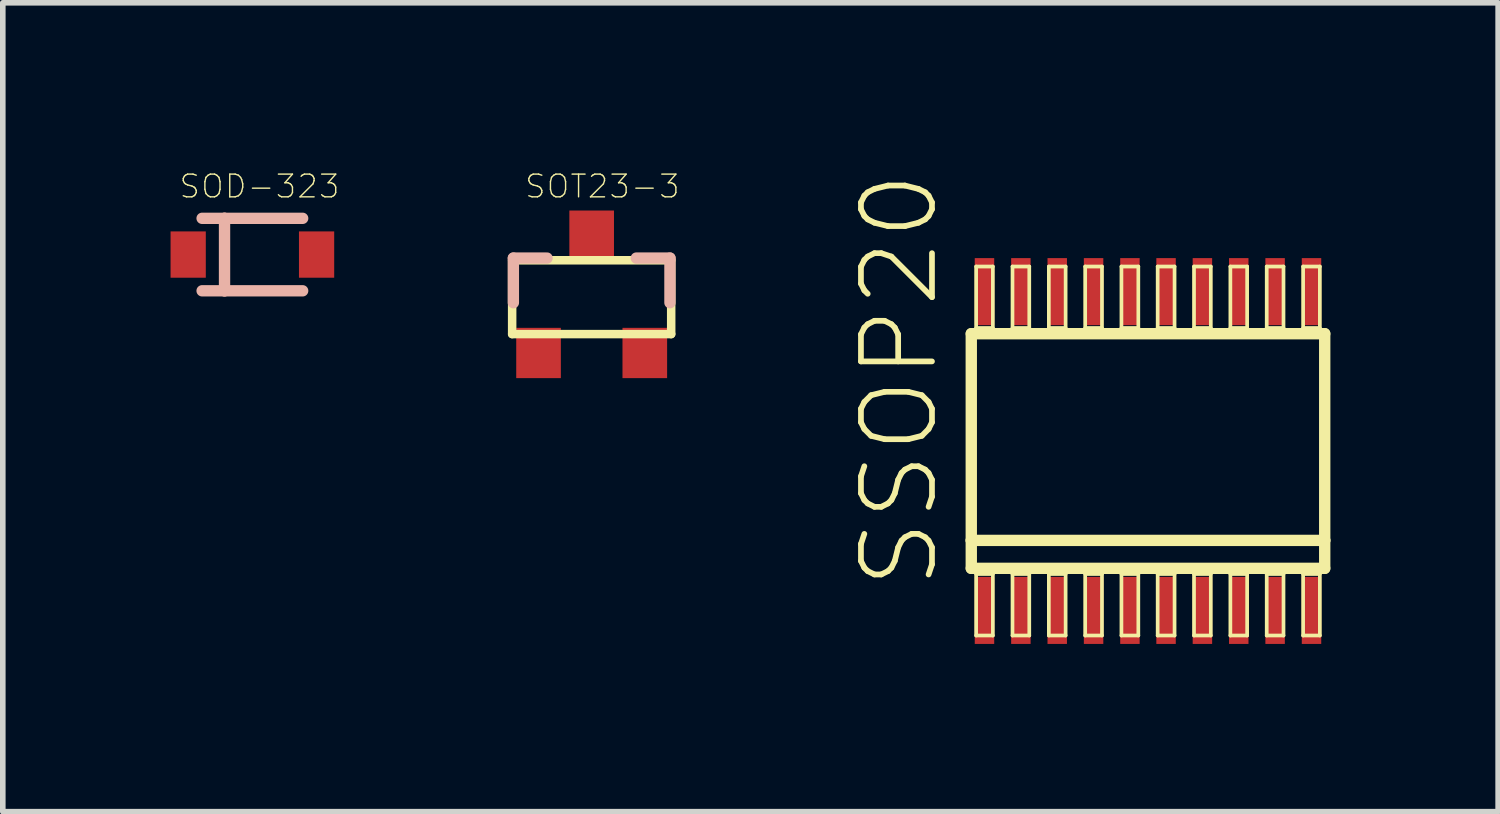
<source format=kicad_pcb>
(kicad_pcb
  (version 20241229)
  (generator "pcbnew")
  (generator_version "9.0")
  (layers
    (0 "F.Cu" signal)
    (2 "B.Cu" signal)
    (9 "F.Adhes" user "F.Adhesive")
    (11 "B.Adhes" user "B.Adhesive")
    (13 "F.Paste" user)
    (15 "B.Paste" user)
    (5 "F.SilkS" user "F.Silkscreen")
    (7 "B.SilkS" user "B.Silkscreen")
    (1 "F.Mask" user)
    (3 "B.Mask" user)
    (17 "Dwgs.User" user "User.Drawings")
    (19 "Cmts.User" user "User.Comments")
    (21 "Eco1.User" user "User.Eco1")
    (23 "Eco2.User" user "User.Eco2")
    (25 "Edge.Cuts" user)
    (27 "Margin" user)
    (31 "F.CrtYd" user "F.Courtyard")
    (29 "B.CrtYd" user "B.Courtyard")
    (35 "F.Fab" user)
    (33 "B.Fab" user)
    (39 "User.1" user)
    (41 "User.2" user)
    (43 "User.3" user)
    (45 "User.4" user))
  (footprint "SOD-323"
    (layer "F.Cu")
    (at 1.463 1.502)
    (property "Reference" "SOD-323" (at 0.127 -1.219 0) (layer "F.SilkS") (effects (font (size 0.406 0.406) (thickness 0.025))))
    (attr smd)
    (fp_line (start -0.899 -0.648) (end -0.498 -0.648) (stroke (width 0.203) (type solid)) (layer "B.SilkS"))
    (fp_line (start -0.899 0.648) (end -0.498 0.648) (stroke (width 0.203) (type solid)) (layer "B.SilkS"))
    (fp_line (start -0.498 -0.648) (end -0.498 0.648) (stroke (width 0.203) (type solid)) (layer "B.SilkS"))
    (fp_line (start -0.498 -0.648) (end 0.899 -0.648) (stroke (width 0.203) (type solid)) (layer "B.SilkS"))
    (fp_line (start -0.498 0.648) (end 0.899 0.648) (stroke (width 0.203) (type solid)) (layer "B.SilkS"))
    (pad "A" smd rect (at 1.148 0) (size 0.63 0.828) (layers "F.Cu" "F.Mask" "F.Paste"))
    (pad "C" smd rect (at -1.148 0) (size 0.63 0.828) (layers "F.Cu" "F.Mask" "F.Paste")))
  (footprint "SOT23-3"
    (layer "F.Cu")
    (at 7.53 2.264)
    (property "Reference" "SOT23-3" (at 0.191 -1.981 0) (layer "F.SilkS") (effects (font (size 0.406 0.406) (thickness 0.025))))
    (attr smd)
    (fp_line (start -1.422 -0.66) (end 1.422 -0.66) (stroke (width 0.152) (type solid)) (layer "F.SilkS"))
    (fp_line (start -1.422 0.66) (end -1.422 -0.66) (stroke (width 0.152) (type solid)) (layer "F.SilkS"))
    (fp_line (start 1.422 -0.66) (end 1.422 0.66) (stroke (width 0.152) (type solid)) (layer "F.SilkS"))
    (fp_line (start 1.422 0.66) (end -1.422 0.66) (stroke (width 0.152) (type solid)) (layer "F.SilkS"))
    (fp_line (start -1.4 -0.699) (end -1.4 0.099) (stroke (width 0.203) (type solid)) (layer "B.SilkS"))
    (fp_line (start -0.798 -0.699) (end -1.4 -0.699) (stroke (width 0.203) (type solid)) (layer "B.SilkS"))
    (fp_line (start 0.798 -0.699) (end 1.4 -0.699) (stroke (width 0.203) (type solid)) (layer "B.SilkS"))
    (fp_line (start 1.4 -0.699) (end 1.4 0.099) (stroke (width 0.203) (type solid)) (layer "B.SilkS"))
    (pad "1" smd rect (at -0.95 0.998) (size 0.798 0.899) (layers "F.Cu" "F.Mask" "F.Paste"))
    (pad "2" smd rect (at 0.95 0.998) (size 0.798 0.899) (layers "F.Cu" "F.Mask" "F.Paste"))
    (pad "3" smd rect (at 0 -1.1) (size 0.798 0.899) (layers "F.Cu" "F.Mask" "F.Paste")))
  (footprint "SSOP20"
    (layer "F.Cu")
    (at 17.478 5.015)
    (property "Reference" "SSOP20" (at -4.445 -1.27 90) (layer "F.SilkS") (effects (font (size 1.27 1.27) (thickness 0.102))))
    (attr smd)
    (fp_line (start -3.16 -2.098) (end 3.16 -2.098) (stroke (width 0.203) (type solid)) (layer "F.SilkS"))
    (fp_line (start -3.16 1.598) (end -3.16 -2.098) (stroke (width 0.203) (type solid)) (layer "F.SilkS"))
    (fp_line (start -3.16 2.098) (end -3.16 1.598) (stroke (width 0.203) (type solid)) (layer "F.SilkS"))
    (fp_line (start -3.073 -3.299) (end -2.774 -3.299) (stroke (width 0.066) (type solid)) (layer "F.SilkS"))
    (fp_line (start -3.073 -2.2) (end -3.073 -3.299) (stroke (width 0.066) (type solid)) (layer "F.SilkS"))
    (fp_line (start -3.073 -2.2) (end -2.774 -2.2) (stroke (width 0.066) (type solid)) (layer "F.SilkS"))
    (fp_line (start -3.073 2.2) (end -2.774 2.2) (stroke (width 0.066) (type solid)) (layer "F.SilkS"))
    (fp_line (start -3.073 3.299) (end -3.073 2.2) (stroke (width 0.066) (type solid)) (layer "F.SilkS"))
    (fp_line (start -3.073 3.299) (end -2.774 3.299) (stroke (width 0.066) (type solid)) (layer "F.SilkS"))
    (fp_line (start -2.774 -2.2) (end -2.774 -3.299) (stroke (width 0.066) (type solid)) (layer "F.SilkS"))
    (fp_line (start -2.774 3.299) (end -2.774 2.2) (stroke (width 0.066) (type solid)) (layer "F.SilkS"))
    (fp_line (start -2.423 -3.299) (end -2.123 -3.299) (stroke (width 0.066) (type solid)) (layer "F.SilkS"))
    (fp_line (start -2.423 -2.2) (end -2.423 -3.299) (stroke (width 0.066) (type solid)) (layer "F.SilkS"))
    (fp_line (start -2.423 -2.2) (end -2.123 -2.2) (stroke (width 0.066) (type solid)) (layer "F.SilkS"))
    (fp_line (start -2.423 2.2) (end -2.123 2.2) (stroke (width 0.066) (type solid)) (layer "F.SilkS"))
    (fp_line (start -2.423 3.299) (end -2.423 2.2) (stroke (width 0.066) (type solid)) (layer "F.SilkS"))
    (fp_line (start -2.423 3.299) (end -2.123 3.299) (stroke (width 0.066) (type solid)) (layer "F.SilkS"))
    (fp_line (start -2.123 -2.2) (end -2.123 -3.299) (stroke (width 0.066) (type solid)) (layer "F.SilkS"))
    (fp_line (start -2.123 3.299) (end -2.123 2.2) (stroke (width 0.066) (type solid)) (layer "F.SilkS"))
    (fp_line (start -1.773 -3.299) (end -1.473 -3.299) (stroke (width 0.066) (type solid)) (layer "F.SilkS"))
    (fp_line (start -1.773 -2.2) (end -1.773 -3.299) (stroke (width 0.066) (type solid)) (layer "F.SilkS"))
    (fp_line (start -1.773 -2.2) (end -1.473 -2.2) (stroke (width 0.066) (type solid)) (layer "F.SilkS"))
    (fp_line (start -1.773 2.2) (end -1.473 2.2) (stroke (width 0.066) (type solid)) (layer "F.SilkS"))
    (fp_line (start -1.773 3.299) (end -1.773 2.2) (stroke (width 0.066) (type solid)) (layer "F.SilkS"))
    (fp_line (start -1.773 3.299) (end -1.473 3.299) (stroke (width 0.066) (type solid)) (layer "F.SilkS"))
    (fp_line (start -1.473 -2.2) (end -1.473 -3.299) (stroke (width 0.066) (type solid)) (layer "F.SilkS"))
    (fp_line (start -1.473 3.299) (end -1.473 2.2) (stroke (width 0.066) (type solid)) (layer "F.SilkS"))
    (fp_line (start -1.123 -3.299) (end -0.823 -3.299) (stroke (width 0.066) (type solid)) (layer "F.SilkS"))
    (fp_line (start -1.123 -2.2) (end -1.123 -3.299) (stroke (width 0.066) (type solid)) (layer "F.SilkS"))
    (fp_line (start -1.123 -2.2) (end -0.823 -2.2) (stroke (width 0.066) (type solid)) (layer "F.SilkS"))
    (fp_line (start -1.123 2.2) (end -0.823 2.2) (stroke (width 0.066) (type solid)) (layer "F.SilkS"))
    (fp_line (start -1.123 3.299) (end -1.123 2.2) (stroke (width 0.066) (type solid)) (layer "F.SilkS"))
    (fp_line (start -1.123 3.299) (end -0.823 3.299) (stroke (width 0.066) (type solid)) (layer "F.SilkS"))
    (fp_line (start -0.823 -2.2) (end -0.823 -3.299) (stroke (width 0.066) (type solid)) (layer "F.SilkS"))
    (fp_line (start -0.823 3.299) (end -0.823 2.2) (stroke (width 0.066) (type solid)) (layer "F.SilkS"))
    (fp_line (start -0.475 -3.299) (end -0.173 -3.299) (stroke (width 0.066) (type solid)) (layer "F.SilkS"))
    (fp_line (start -0.475 -2.2) (end -0.475 -3.299) (stroke (width 0.066) (type solid)) (layer "F.SilkS"))
    (fp_line (start -0.475 -2.2) (end -0.173 -2.2) (stroke (width 0.066) (type solid)) (layer "F.SilkS"))
    (fp_line (start -0.475 2.2) (end -0.173 2.2) (stroke (width 0.066) (type solid)) (layer "F.SilkS"))
    (fp_line (start -0.475 3.299) (end -0.475 2.2) (stroke (width 0.066) (type solid)) (layer "F.SilkS"))
    (fp_line (start -0.475 3.299) (end -0.173 3.299) (stroke (width 0.066) (type solid)) (layer "F.SilkS"))
    (fp_line (start -0.173 -2.2) (end -0.173 -3.299) (stroke (width 0.066) (type solid)) (layer "F.SilkS"))
    (fp_line (start -0.173 3.299) (end -0.173 2.2) (stroke (width 0.066) (type solid)) (layer "F.SilkS"))
    (fp_line (start 0.173 -3.299) (end 0.475 -3.299) (stroke (width 0.066) (type solid)) (layer "F.SilkS"))
    (fp_line (start 0.173 -2.2) (end 0.173 -3.299) (stroke (width 0.066) (type solid)) (layer "F.SilkS"))
    (fp_line (start 0.173 -2.2) (end 0.475 -2.2) (stroke (width 0.066) (type solid)) (layer "F.SilkS"))
    (fp_line (start 0.173 2.2) (end 0.475 2.2) (stroke (width 0.066) (type solid)) (layer "F.SilkS"))
    (fp_line (start 0.173 3.299) (end 0.173 2.2) (stroke (width 0.066) (type solid)) (layer "F.SilkS"))
    (fp_line (start 0.173 3.299) (end 0.475 3.299) (stroke (width 0.066) (type solid)) (layer "F.SilkS"))
    (fp_line (start 0.475 -2.2) (end 0.475 -3.299) (stroke (width 0.066) (type solid)) (layer "F.SilkS"))
    (fp_line (start 0.475 3.299) (end 0.475 2.2) (stroke (width 0.066) (type solid)) (layer "F.SilkS"))
    (fp_line (start 0.823 -3.299) (end 1.123 -3.299) (stroke (width 0.066) (type solid)) (layer "F.SilkS"))
    (fp_line (start 0.823 -2.2) (end 0.823 -3.299) (stroke (width 0.066) (type solid)) (layer "F.SilkS"))
    (fp_line (start 0.823 -2.2) (end 1.123 -2.2) (stroke (width 0.066) (type solid)) (layer "F.SilkS"))
    (fp_line (start 0.823 2.2) (end 1.123 2.2) (stroke (width 0.066) (type solid)) (layer "F.SilkS"))
    (fp_line (start 0.823 3.299) (end 0.823 2.2) (stroke (width 0.066) (type solid)) (layer "F.SilkS"))
    (fp_line (start 0.823 3.299) (end 1.123 3.299) (stroke (width 0.066) (type solid)) (layer "F.SilkS"))
    (fp_line (start 1.123 -2.2) (end 1.123 -3.299) (stroke (width 0.066) (type solid)) (layer "F.SilkS"))
    (fp_line (start 1.123 3.299) (end 1.123 2.2) (stroke (width 0.066) (type solid)) (layer "F.SilkS"))
    (fp_line (start 1.473 -3.299) (end 1.773 -3.299) (stroke (width 0.066) (type solid)) (layer "F.SilkS"))
    (fp_line (start 1.473 -2.2) (end 1.473 -3.299) (stroke (width 0.066) (type solid)) (layer "F.SilkS"))
    (fp_line (start 1.473 -2.2) (end 1.773 -2.2) (stroke (width 0.066) (type solid)) (layer "F.SilkS"))
    (fp_line (start 1.473 2.2) (end 1.773 2.2) (stroke (width 0.066) (type solid)) (layer "F.SilkS"))
    (fp_line (start 1.473 3.299) (end 1.473 2.2) (stroke (width 0.066) (type solid)) (layer "F.SilkS"))
    (fp_line (start 1.473 3.299) (end 1.773 3.299) (stroke (width 0.066) (type solid)) (layer "F.SilkS"))
    (fp_line (start 1.773 -2.2) (end 1.773 -3.299) (stroke (width 0.066) (type solid)) (layer "F.SilkS"))
    (fp_line (start 1.773 3.299) (end 1.773 2.2) (stroke (width 0.066) (type solid)) (layer "F.SilkS"))
    (fp_line (start 2.123 -3.299) (end 2.423 -3.299) (stroke (width 0.066) (type solid)) (layer "F.SilkS"))
    (fp_line (start 2.123 -2.2) (end 2.123 -3.299) (stroke (width 0.066) (type solid)) (layer "F.SilkS"))
    (fp_line (start 2.123 -2.2) (end 2.423 -2.2) (stroke (width 0.066) (type solid)) (layer "F.SilkS"))
    (fp_line (start 2.123 2.2) (end 2.423 2.2) (stroke (width 0.066) (type solid)) (layer "F.SilkS"))
    (fp_line (start 2.123 3.299) (end 2.123 2.2) (stroke (width 0.066) (type solid)) (layer "F.SilkS"))
    (fp_line (start 2.123 3.299) (end 2.423 3.299) (stroke (width 0.066) (type solid)) (layer "F.SilkS"))
    (fp_line (start 2.423 -2.2) (end 2.423 -3.299) (stroke (width 0.066) (type solid)) (layer "F.SilkS"))
    (fp_line (start 2.423 3.299) (end 2.423 2.2) (stroke (width 0.066) (type solid)) (layer "F.SilkS"))
    (fp_line (start 2.774 -3.299) (end 3.073 -3.299) (stroke (width 0.066) (type solid)) (layer "F.SilkS"))
    (fp_line (start 2.774 -2.2) (end 2.774 -3.299) (stroke (width 0.066) (type solid)) (layer "F.SilkS"))
    (fp_line (start 2.774 -2.2) (end 3.073 -2.2) (stroke (width 0.066) (type solid)) (layer "F.SilkS"))
    (fp_line (start 2.774 2.2) (end 3.073 2.2) (stroke (width 0.066) (type solid)) (layer "F.SilkS"))
    (fp_line (start 2.774 3.299) (end 2.774 2.2) (stroke (width 0.066) (type solid)) (layer "F.SilkS"))
    (fp_line (start 2.774 3.299) (end 3.073 3.299) (stroke (width 0.066) (type solid)) (layer "F.SilkS"))
    (fp_line (start 3.073 -2.2) (end 3.073 -3.299) (stroke (width 0.066) (type solid)) (layer "F.SilkS"))
    (fp_line (start 3.073 3.299) (end 3.073 2.2) (stroke (width 0.066) (type solid)) (layer "F.SilkS"))
    (fp_line (start 3.16 -2.098) (end 3.16 1.598) (stroke (width 0.203) (type solid)) (layer "F.SilkS"))
    (fp_line (start 3.16 1.598) (end -3.16 1.598) (stroke (width 0.203) (type solid)) (layer "F.SilkS"))
    (fp_line (start 3.16 1.598) (end 3.16 2.098) (stroke (width 0.203) (type solid)) (layer "F.SilkS"))
    (fp_line (start 3.16 2.098) (end -3.16 2.098) (stroke (width 0.203) (type solid)) (layer "F.SilkS"))
    (pad "1" smd rect (at -2.924 2.85) (size 0.348 1.199) (layers "F.Cu" "F.Mask" "F.Paste"))
    (pad "2" smd rect (at -2.273 2.85) (size 0.348 1.199) (layers "F.Cu" "F.Mask" "F.Paste"))
    (pad "3" smd rect (at -1.623 2.85) (size 0.348 1.199) (layers "F.Cu" "F.Mask" "F.Paste"))
    (pad "4" smd rect (at -0.973 2.85) (size 0.348 1.199) (layers "F.Cu" "F.Mask" "F.Paste"))
    (pad "5" smd rect (at -0.323 2.85) (size 0.348 1.199) (layers "F.Cu" "F.Mask" "F.Paste"))
    (pad "6" smd rect (at 0.323 2.85) (size 0.348 1.199) (layers "F.Cu" "F.Mask" "F.Paste"))
    (pad "7" smd rect (at 0.973 2.85) (size 0.348 1.199) (layers "F.Cu" "F.Mask" "F.Paste"))
    (pad "8" smd rect (at 1.623 2.85) (size 0.348 1.199) (layers "F.Cu" "F.Mask" "F.Paste"))
    (pad "9" smd rect (at 2.273 2.85) (size 0.348 1.199) (layers "F.Cu" "F.Mask" "F.Paste"))
    (pad "10" smd rect (at 2.924 2.85) (size 0.348 1.199) (layers "F.Cu" "F.Mask" "F.Paste"))
    (pad "11" smd rect (at 2.924 -2.85 180) (size 0.348 1.199) (layers "F.Cu" "F.Mask" "F.Paste"))
    (pad "12" smd rect (at 2.273 -2.85 180) (size 0.348 1.199) (layers "F.Cu" "F.Mask" "F.Paste"))
    (pad "13" smd rect (at 1.623 -2.85 180) (size 0.348 1.199) (layers "F.Cu" "F.Mask" "F.Paste"))
    (pad "14" smd rect (at 0.973 -2.85 180) (size 0.348 1.199) (layers "F.Cu" "F.Mask" "F.Paste"))
    (pad "15" smd rect (at 0.323 -2.85 180) (size 0.348 1.199) (layers "F.Cu" "F.Mask" "F.Paste"))
    (pad "16" smd rect (at -0.323 -2.85 180) (size 0.348 1.199) (layers "F.Cu" "F.Mask" "F.Paste"))
    (pad "17" smd rect (at -0.973 -2.85 180) (size 0.348 1.199) (layers "F.Cu" "F.Mask" "F.Paste"))
    (pad "18" smd rect (at -1.623 -2.85 180) (size 0.348 1.199) (layers "F.Cu" "F.Mask" "F.Paste"))
    (pad "19" smd rect (at -2.273 -2.85 180) (size 0.348 1.199) (layers "F.Cu" "F.Mask" "F.Paste"))
    (pad "20" smd rect (at -2.924 -2.85 180) (size 0.348 1.199) (layers "F.Cu" "F.Mask" "F.Paste")))
  (gr_rect
    (start -3 -3)
    (end 23.739 11.464)
    (stroke (width 0.1) (type default))
    (fill no)
    (layer "Edge.Cuts")))
</source>
